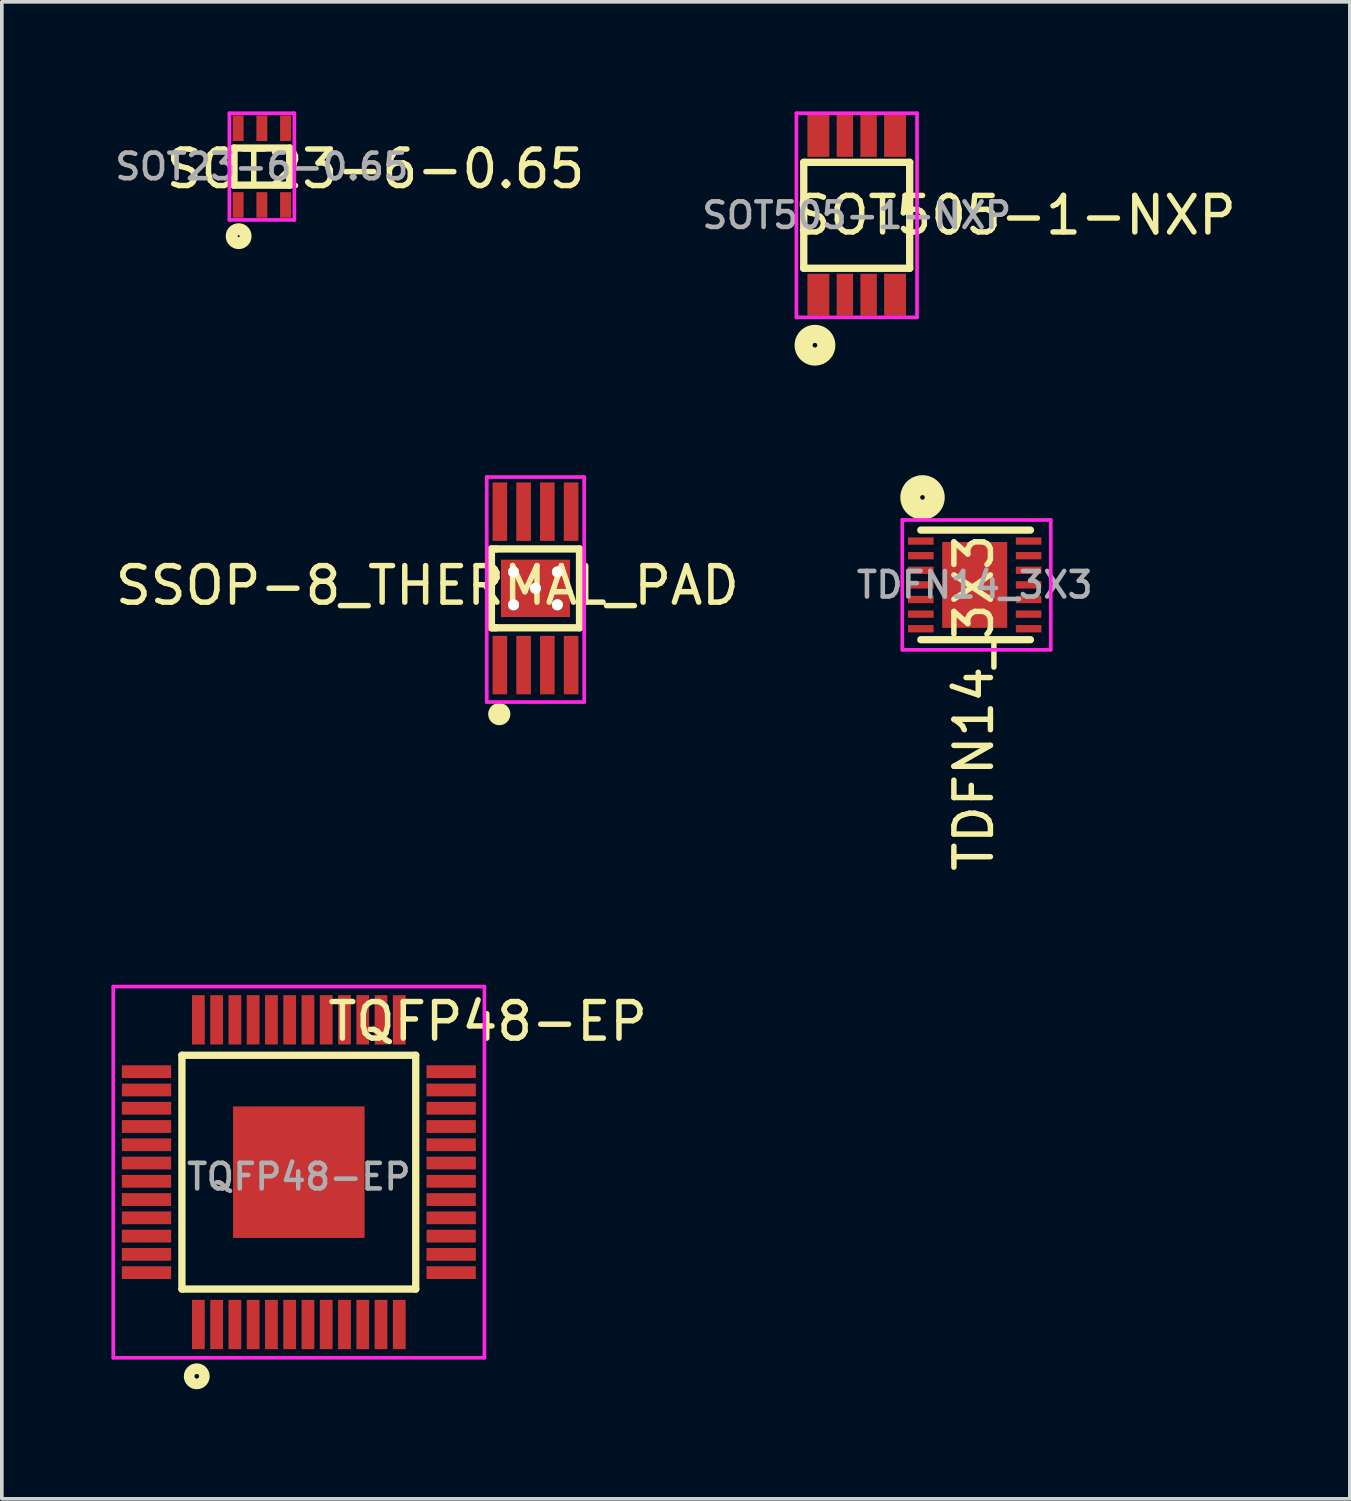
<source format=kicad_pcb>
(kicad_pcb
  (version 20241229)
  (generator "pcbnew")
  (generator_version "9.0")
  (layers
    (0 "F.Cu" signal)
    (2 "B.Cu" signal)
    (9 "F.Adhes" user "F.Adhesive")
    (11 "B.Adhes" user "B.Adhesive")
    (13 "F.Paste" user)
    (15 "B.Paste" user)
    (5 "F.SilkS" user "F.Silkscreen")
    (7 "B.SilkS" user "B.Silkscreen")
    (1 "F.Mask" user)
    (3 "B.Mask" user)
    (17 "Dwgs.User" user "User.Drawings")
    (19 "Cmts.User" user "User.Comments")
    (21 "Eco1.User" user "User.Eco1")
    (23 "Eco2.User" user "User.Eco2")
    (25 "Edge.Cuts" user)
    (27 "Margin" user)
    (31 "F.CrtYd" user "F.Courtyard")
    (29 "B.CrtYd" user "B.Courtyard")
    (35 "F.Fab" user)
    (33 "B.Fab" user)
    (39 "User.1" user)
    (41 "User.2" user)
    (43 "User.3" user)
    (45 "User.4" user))
  (footprint "SOT23-6-0.65"
    (layer "F.Cu")
    (at 4.118 1.51)
    (property "Reference" "SOT23-6-0.65" (at 3.111 0.064 0) (layer "F.SilkS") (effects (font (size 1 1) (thickness 0.15))))
    (attr through_hole)
    (fp_line (start -0.762 -0.508) (end 0.762 -0.508) (stroke (width 0.2) (type solid)) (layer "F.SilkS"))
    (fp_line (start -0.762 0.508) (end -0.762 -0.508) (stroke (width 0.2) (type solid)) (layer "F.SilkS"))
    (fp_line (start 0.762 -0.508) (end 0.762 0.508) (stroke (width 0.2) (type solid)) (layer "F.SilkS"))
    (fp_line (start 0.762 0.508) (end -0.762 0.508) (stroke (width 0.2) (type solid)) (layer "F.SilkS"))
    (fp_circle (center -0.635 1.905) (end -0.572 1.905) (stroke (width 0.2) (type solid)) (fill no) (layer "F.SilkS"))
    (fp_circle (center -0.635 1.905) (end -0.508 1.905) (stroke (width 0.2) (type solid)) (fill no) (layer "F.SilkS"))
    (fp_circle (center -0.635 1.905) (end -0.381 1.905) (stroke (width 0.2) (type solid)) (fill no) (layer "F.SilkS"))
    (fp_line (start -0.889 -1.46) (end 0.889 -1.46) (stroke (width 0.1) (type solid)) (layer "F.CrtYd"))
    (fp_line (start -0.889 1.46) (end -0.889 -1.46) (stroke (width 0.1) (type solid)) (layer "F.CrtYd"))
    (fp_line (start 0.889 -1.46) (end 0.889 1.46) (stroke (width 0.1) (type solid)) (layer "F.CrtYd"))
    (fp_line (start 0.889 1.46) (end -0.889 1.46) (stroke (width 0.1) (type solid)) (layer "F.CrtYd"))
    (fp_text user "${REFERENCE}" (at 0 0 0) (layer "F.Fab") (effects (font (size 0.7 0.7) (thickness 0.125))))
    (pad "1" smd rect (at -0.65 1.05) (size 0.3 0.7) (layers "F.Cu" "F.Mask" "F.Paste"))
    (pad "2" smd rect (at 0 1.05) (size 0.3 0.7) (layers "F.Cu" "F.Mask" "F.Paste"))
    (pad "3" smd rect (at 0.65 1.05) (size 0.3 0.7) (layers "F.Cu" "F.Mask" "F.Paste"))
    (pad "4" smd rect (at 0.65 -1.05) (size 0.3 0.7) (layers "F.Cu" "F.Mask" "F.Paste"))
    (pad "5" smd rect (at 0 -1.05) (size 0.3 0.7) (layers "F.Cu" "F.Mask" "F.Paste"))
    (pad "6" smd rect (at -0.65 -1.05) (size 0.3 0.7) (layers "F.Cu" "F.Mask" "F.Paste")))
  (footprint "TDFN14_3X3"
    (layer "F.Cu")
    (at 23.632 12.961)
    (property "Reference" "TDFN14_3X3" (at -0.025 3.226 90) (layer "F.SilkS") (effects (font (size 1 1) (thickness 0.15))))
    (attr through_hole)
    (fp_line (start -1.475 1.5) (end 1.525 1.5) (stroke (width 0.2) (type solid)) (layer "F.SilkS"))
    (fp_line (start 1.525 -1.5) (end -1.475 -1.5) (stroke (width 0.2) (type solid)) (layer "F.SilkS"))
    (fp_circle (center -1.429 -2.395) (end -1.366 -2.395) (stroke (width 0.2) (type solid)) (fill no) (layer "F.SilkS"))
    (fp_circle (center -1.429 -2.395) (end -1.175 -2.395) (stroke (width 0.2) (type solid)) (fill no) (layer "F.SilkS"))
    (fp_circle (center -1.429 -2.395) (end -1.048 -2.332) (stroke (width 0.2) (type solid)) (fill no) (layer "F.SilkS"))
    (fp_circle (center -1.429 -2.395) (end -0.921 -2.395) (stroke (width 0.2) (type solid)) (fill no) (layer "F.SilkS"))
    (fp_line (start -1.983 -1.778) (end -1.983 1.778) (stroke (width 0.1) (type solid)) (layer "F.CrtYd"))
    (fp_line (start -1.983 1.778) (end 2.081 1.778) (stroke (width 0.1) (type solid)) (layer "F.CrtYd"))
    (fp_line (start 2.081 -1.778) (end -1.983 -1.778) (stroke (width 0.1) (type solid)) (layer "F.CrtYd"))
    (fp_line (start 2.081 1.778) (end 2.081 -1.778) (stroke (width 0.1) (type solid)) (layer "F.CrtYd"))
    (fp_text user "${REFERENCE}" (at 0 0 0) (layer "F.Fab") (effects (font (size 0.7 0.7) (thickness 0.125))))
    (pad "1" smd rect (at -1.475 -1.2) (size 0.7 0.2) (layers "F.Cu" "F.Mask" "F.Paste"))
    (pad "2" smd rect (at -1.475 -0.8) (size 0.7 0.2) (layers "F.Cu" "F.Mask" "F.Paste"))
    (pad "3" smd rect (at -1.475 -0.4) (size 0.7 0.2) (layers "F.Cu" "F.Mask" "F.Paste"))
    (pad "4" smd rect (at -1.475 0) (size 0.7 0.2) (layers "F.Cu" "F.Mask" "F.Paste"))
    (pad "5" smd rect (at -1.475 0.4) (size 0.7 0.2) (layers "F.Cu" "F.Mask" "F.Paste"))
    (pad "6" smd rect (at -1.475 0.8) (size 0.7 0.2) (layers "F.Cu" "F.Mask" "F.Paste"))
    (pad "7" smd rect (at -1.475 1.2) (size 0.7 0.2) (layers "F.Cu" "F.Mask" "F.Paste"))
    (pad "8" smd rect (at 1.475 1.2) (size 0.7 0.2) (layers "F.Cu" "F.Mask" "F.Paste"))
    (pad "9" smd rect (at 1.475 0.8) (size 0.7 0.2) (layers "F.Cu" "F.Mask" "F.Paste"))
    (pad "10" smd rect (at 1.475 0.4) (size 0.7 0.2) (layers "F.Cu" "F.Mask" "F.Paste"))
    (pad "11" smd rect (at 1.475 0) (size 0.7 0.2) (layers "F.Cu" "F.Mask" "F.Paste"))
    (pad "12" smd rect (at 1.475 -0.4) (size 0.7 0.2) (layers "F.Cu" "F.Mask" "F.Paste"))
    (pad "13" smd rect (at 1.475 -0.8) (size 0.7 0.2) (layers "F.Cu" "F.Mask" "F.Paste"))
    (pad "14" smd rect (at 1.475 -1.2) (size 0.7 0.2) (layers "F.Cu" "F.Mask" "F.Paste"))
    (pad "EP" smd rect (at 0 0) (size 1.78 2.35) (layers "F.Cu" "F.Mask" "F.Paste")))
  (footprint "SSOP-8_THERMAL_PAD"
    (layer "F.Cu")
    (at 11.608 13.056)
    (property "Reference" "SSOP-8_THERMAL_PAD" (at -2.959 -0.078 180) (layer "F.SilkS") (effects (font (size 1 1) (thickness 0.15))))
    (attr through_hole)
    (fp_line (start -1.206 -1.079) (end -1.079 -1.079) (stroke (width 0.2) (type solid)) (layer "F.SilkS"))
    (fp_line (start -1.206 1.079) (end -1.206 -1.079) (stroke (width 0.2) (type solid)) (layer "F.SilkS"))
    (fp_line (start -1.143 1.079) (end -1.206 1.079) (stroke (width 0.2) (type solid)) (layer "F.SilkS"))
    (fp_line (start -1.079 -1.079) (end 1.206 -1.079) (stroke (width 0.2) (type solid)) (layer "F.SilkS"))
    (fp_line (start -1.079 1.079) (end -1.143 1.079) (stroke (width 0.2) (type solid)) (layer "F.SilkS"))
    (fp_line (start -0.991 3.442) (end -0.927 3.442) (stroke (width 0.1) (type solid)) (layer "F.SilkS"))
    (fp_line (start 1.206 -1.079) (end 1.206 1.079) (stroke (width 0.2) (type solid)) (layer "F.SilkS"))
    (fp_line (start 1.206 1.079) (end -1.079 1.079) (stroke (width 0.2) (type solid)) (layer "F.SilkS"))
    (fp_circle (center -0.991 3.442) (end -0.927 3.442) (stroke (width 0.1) (type solid)) (fill no) (layer "F.SilkS"))
    (fp_circle (center -0.991 3.442) (end -0.864 3.442) (stroke (width 0.1) (type solid)) (fill no) (layer "F.SilkS"))
    (fp_circle (center -0.991 3.442) (end -0.8 3.442) (stroke (width 0.1) (type solid)) (fill no) (layer "F.SilkS"))
    (fp_circle (center -0.991 3.442) (end -0.737 3.442) (stroke (width 0.1) (type solid)) (fill no) (layer "F.SilkS"))
    (fp_line (start -1.333 -3.048) (end 1.333 -3.048) (stroke (width 0.1) (type solid)) (layer "F.CrtYd"))
    (fp_line (start -1.333 3.111) (end -1.333 -3.048) (stroke (width 0.1) (type solid)) (layer "F.CrtYd"))
    (fp_line (start 1.333 -3.048) (end 1.333 3.111) (stroke (width 0.1) (type solid)) (layer "F.CrtYd"))
    (fp_line (start 1.333 3.111) (end -1.333 3.111) (stroke (width 0.1) (type solid)) (layer "F.CrtYd"))
    (pad "1" smd rect (at -0.975 2.1) (size 0.4 1.6) (layers "F.Cu" "F.Mask" "F.Paste"))
    (pad "2" smd rect (at -0.325 2.1) (size 0.4 1.6) (layers "F.Cu" "F.Mask" "F.Paste"))
    (pad "3" smd rect (at 0.325 2.1) (size 0.4 1.6) (layers "F.Cu" "F.Mask" "F.Paste"))
    (pad "4" thru_hole circle (at -0.6 -0.45) (size 0.3 0.3) (drill 0.3) (layers "*.Cu" "*.Mask" "F.SilkS"))
    (pad "4" thru_hole circle (at -0.6 0.45) (size 0.3 0.3) (drill 0.3) (layers "*.Cu" "*.Mask" "F.SilkS"))
    (pad "4" thru_hole circle (at 0 0) (size 0.3 0.3) (drill 0.3) (layers "*.Cu" "*.Mask" "F.SilkS"))
    (pad "4" smd rect (at 0 0) (size 1.89 1.57) (layers "F.Cu" "F.Mask" "F.Paste"))
    (pad "4" thru_hole circle (at 0.6 -0.45) (size 0.3 0.3) (drill 0.3) (layers "*.Cu" "*.Mask" "F.SilkS"))
    (pad "4" thru_hole circle (at 0.6 0.45) (size 0.3 0.3) (drill 0.3) (layers "*.Cu" "*.Mask" "F.SilkS"))
    (pad "4" smd rect (at 0.975 2.1) (size 0.4 1.6) (layers "F.Cu" "F.Mask" "F.Paste"))
    (pad "5" smd rect (at 0.975 -2.1) (size 0.4 1.6) (layers "F.Cu" "F.Mask" "F.Paste"))
    (pad "6" smd rect (at 0.325 -2.1) (size 0.4 1.6) (layers "F.Cu" "F.Mask" "F.Paste"))
    (pad "7" smd rect (at -0.325 -2.1) (size 0.4 1.6) (layers "F.Cu" "F.Mask" "F.Paste"))
    (pad "8" smd rect (at -0.975 -2.1) (size 0.4 1.6) (layers "F.Cu" "F.Mask" "F.Paste")))
  (footprint "SOT505-1-NXP"
    (layer "F.Cu")
    (at 20.402 2.844)
    (property "Reference" "SOT505-1-NXP" (at 4.35 0 0) (layer "F.SilkS") (effects (font (size 1 1) (thickness 0.15))))
    (attr through_hole)
    (fp_line (start -1.45 -1.45) (end -1.45 1.45) (stroke (width 0.2) (type solid)) (layer "F.SilkS"))
    (fp_line (start -1.45 1.45) (end 1.45 1.45) (stroke (width 0.2) (type solid)) (layer "F.SilkS"))
    (fp_line (start 1.45 -1.45) (end -1.45 -1.45) (stroke (width 0.2) (type solid)) (layer "F.SilkS"))
    (fp_line (start 1.45 1.45) (end 1.45 -1.45) (stroke (width 0.2) (type solid)) (layer "F.SilkS"))
    (fp_circle (center -1.143 3.556) (end -1.079 3.556) (stroke (width 0.2) (type solid)) (fill no) (layer "F.SilkS"))
    (fp_circle (center -1.143 3.556) (end -0.889 3.556) (stroke (width 0.2) (type solid)) (fill no) (layer "F.SilkS"))
    (fp_circle (center -1.143 3.556) (end -0.762 3.683) (stroke (width 0.2) (type solid)) (fill no) (layer "F.SilkS"))
    (fp_circle (center -1.143 3.556) (end -0.635 3.556) (stroke (width 0.1) (type solid)) (fill no) (layer "F.SilkS"))
    (fp_line (start -1.651 -2.794) (end -1.651 2.794) (stroke (width 0.1) (type solid)) (layer "F.CrtYd"))
    (fp_line (start -1.651 2.794) (end 1.651 2.794) (stroke (width 0.1) (type solid)) (layer "F.CrtYd"))
    (fp_line (start 1.651 -2.794) (end -1.651 -2.794) (stroke (width 0.1) (type solid)) (layer "F.CrtYd"))
    (fp_line (start 1.651 2.794) (end 1.651 -2.794) (stroke (width 0.1) (type solid)) (layer "F.CrtYd"))
    (fp_text user "${REFERENCE}" (at 0 0 0) (layer "F.Fab") (effects (font (size 0.7 0.7) (thickness 0.125))))
    (pad "1" smd rect (at -1.05 2.175) (size 0.6 1.15) (layers "F.Cu" "F.Mask" "F.Paste"))
    (pad "2" smd rect (at -0.325 2.175) (size 0.45 1.15) (layers "F.Cu" "F.Mask" "F.Paste"))
    (pad "3" smd rect (at 0.325 2.175) (size 0.45 1.15) (layers "F.Cu" "F.Mask" "F.Paste"))
    (pad "4" smd rect (at 1.05 2.175) (size 0.6 1.15) (layers "F.Cu" "F.Mask" "F.Paste"))
    (pad "5" smd rect (at 1.05 -2.175) (size 0.6 1.15) (layers "F.Cu" "F.Mask" "F.Paste"))
    (pad "6" smd rect (at 0.325 -2.175) (size 0.45 1.15) (layers "F.Cu" "F.Mask" "F.Paste"))
    (pad "7" smd rect (at -0.325 -2.175) (size 0.45 1.15) (layers "F.Cu" "F.Mask" "F.Paste"))
    (pad "8" smd rect (at -1.05 -2.175) (size 0.6 1.15) (layers "F.Cu" "F.Mask" "F.Paste")))
  (footprint "TQFP48-EP"
    (layer "F.Cu")
    (at 5.13 29.037)
    (property "Reference" "TQFP48-EP" (at 5.169 -4.125 0) (layer "F.SilkS") (effects (font (size 1 1) (thickness 0.15))))
    (attr through_hole)
    (fp_line (start -3.2 -3.2) (end -3.2 3.2) (stroke (width 0.2) (type solid)) (layer "F.SilkS"))
    (fp_line (start -3.2 3.2) (end 3.2 3.2) (stroke (width 0.2) (type solid)) (layer "F.SilkS"))
    (fp_line (start 3.2 -3.2) (end -3.2 -3.2) (stroke (width 0.2) (type solid)) (layer "F.SilkS"))
    (fp_line (start 3.2 3.2) (end 3.2 -3.2) (stroke (width 0.2) (type solid)) (layer "F.SilkS"))
    (fp_circle (center -2.794 5.588) (end -2.731 5.588) (stroke (width 0.2) (type solid)) (fill no) (layer "F.SilkS"))
    (fp_circle (center -2.794 5.588) (end -2.54 5.588) (stroke (width 0.2) (type solid)) (fill no) (layer "F.SilkS"))
    (fp_line (start -5.08 -5.08) (end 5.08 -5.08) (stroke (width 0.1) (type solid)) (layer "F.CrtYd"))
    (fp_line (start -5.08 5.08) (end -5.08 -5.08) (stroke (width 0.1) (type solid)) (layer "F.CrtYd"))
    (fp_line (start 5.08 -5.08) (end 5.08 5.08) (stroke (width 0.1) (type solid)) (layer "F.CrtYd"))
    (fp_line (start 5.08 5.08) (end -5.08 5.08) (stroke (width 0.1) (type solid)) (layer "F.CrtYd"))
    (fp_text user "${REFERENCE}" (at 0 0.127 0) (layer "F.Fab") (effects (font (size 0.7 0.7) (thickness 0.125))))
    (pad "1" smd rect (at -2.75 4.17) (size 0.35 1.35) (layers "F.Cu" "F.Mask" "F.Paste"))
    (pad "2" smd rect (at -2.25 4.17) (size 0.35 1.35) (layers "F.Cu" "F.Mask" "F.Paste"))
    (pad "3" smd rect (at -1.75 4.17) (size 0.35 1.35) (layers "F.Cu" "F.Mask" "F.Paste"))
    (pad "4" smd rect (at -1.25 4.17) (size 0.35 1.35) (layers "F.Cu" "F.Mask" "F.Paste"))
    (pad "5" smd rect (at -0.75 4.17) (size 0.35 1.35) (layers "F.Cu" "F.Mask" "F.Paste"))
    (pad "6" smd rect (at -0.25 4.17) (size 0.35 1.35) (layers "F.Cu" "F.Mask" "F.Paste"))
    (pad "7" smd rect (at 0.25 4.17) (size 0.35 1.35) (layers "F.Cu" "F.Mask" "F.Paste"))
    (pad "8" smd rect (at 0.75 4.17) (size 0.35 1.35) (layers "F.Cu" "F.Mask" "F.Paste"))
    (pad "9" smd rect (at 1.25 4.17) (size 0.35 1.35) (layers "F.Cu" "F.Mask" "F.Paste"))
    (pad "10" smd rect (at 1.75 4.17) (size 0.35 1.35) (layers "F.Cu" "F.Mask" "F.Paste"))
    (pad "11" smd rect (at 2.25 4.17) (size 0.35 1.35) (layers "F.Cu" "F.Mask" "F.Paste"))
    (pad "12" smd rect (at 2.75 4.17) (size 0.35 1.35) (layers "F.Cu" "F.Mask" "F.Paste"))
    (pad "13" smd rect (at 4.17 2.75) (size 1.35 0.35) (layers "F.Cu" "F.Mask" "F.Paste"))
    (pad "14" smd rect (at 4.17 2.25) (size 1.35 0.35) (layers "F.Cu" "F.Mask" "F.Paste"))
    (pad "15" smd rect (at 4.17 1.75) (size 1.35 0.35) (layers "F.Cu" "F.Mask" "F.Paste"))
    (pad "16" smd rect (at 4.17 1.25) (size 1.35 0.35) (layers "F.Cu" "F.Mask" "F.Paste"))
    (pad "17" smd rect (at 4.17 0.75) (size 1.35 0.35) (layers "F.Cu" "F.Mask" "F.Paste"))
    (pad "18" smd rect (at 4.17 0.25) (size 1.35 0.35) (layers "F.Cu" "F.Mask" "F.Paste"))
    (pad "19" smd rect (at 4.17 -0.25) (size 1.35 0.35) (layers "F.Cu" "F.Mask" "F.Paste"))
    (pad "20" smd rect (at 4.17 -0.75) (size 1.35 0.35) (layers "F.Cu" "F.Mask" "F.Paste"))
    (pad "21" smd rect (at 4.17 -1.25) (size 1.35 0.35) (layers "F.Cu" "F.Mask" "F.Paste"))
    (pad "22" smd rect (at 4.17 -1.75) (size 1.35 0.35) (layers "F.Cu" "F.Mask" "F.Paste"))
    (pad "23" smd rect (at 4.17 -2.25) (size 1.35 0.35) (layers "F.Cu" "F.Mask" "F.Paste"))
    (pad "24" smd rect (at 4.17 -2.75) (size 1.35 0.35) (layers "F.Cu" "F.Mask" "F.Paste"))
    (pad "25" smd rect (at 2.75 -4.17) (size 0.35 1.35) (layers "F.Cu" "F.Mask" "F.Paste"))
    (pad "26" smd rect (at 2.25 -4.17) (size 0.35 1.35) (layers "F.Cu" "F.Mask" "F.Paste"))
    (pad "27" smd rect (at 1.75 -4.17) (size 0.35 1.35) (layers "F.Cu" "F.Mask" "F.Paste"))
    (pad "28" smd rect (at 1.25 -4.17) (size 0.35 1.35) (layers "F.Cu" "F.Mask" "F.Paste"))
    (pad "29" smd rect (at 0 0) (size 3.6 3.6) (layers "F.Cu" "F.Mask" "F.Paste"))
    (pad "29" smd rect (at 0.75 -4.17) (size 0.35 1.35) (layers "F.Cu" "F.Mask" "F.Paste"))
    (pad "30" smd rect (at 0.25 -4.17) (size 0.35 1.35) (layers "F.Cu" "F.Mask" "F.Paste"))
    (pad "31" smd rect (at -0.25 -4.17) (size 0.35 1.35) (layers "F.Cu" "F.Mask" "F.Paste"))
    (pad "32" smd rect (at -0.75 -4.17) (size 0.35 1.35) (layers "F.Cu" "F.Mask" "F.Paste"))
    (pad "33" smd rect (at -1.25 -4.17) (size 0.35 1.35) (layers "F.Cu" "F.Mask" "F.Paste"))
    (pad "34" smd rect (at -1.75 -4.17) (size 0.35 1.35) (layers "F.Cu" "F.Mask" "F.Paste"))
    (pad "35" smd rect (at -2.25 -4.17) (size 0.35 1.35) (layers "F.Cu" "F.Mask" "F.Paste"))
    (pad "36" smd rect (at -2.75 -4.17) (size 0.35 1.35) (layers "F.Cu" "F.Mask" "F.Paste"))
    (pad "37" smd rect (at -4.17 -2.75) (size 1.35 0.35) (layers "F.Cu" "F.Mask" "F.Paste"))
    (pad "38" smd rect (at -4.17 -2.25) (size 1.35 0.35) (layers "F.Cu" "F.Mask" "F.Paste"))
    (pad "39" smd rect (at -4.17 -1.75) (size 1.35 0.35) (layers "F.Cu" "F.Mask" "F.Paste"))
    (pad "40" smd rect (at -4.17 -1.25) (size 1.35 0.35) (layers "F.Cu" "F.Mask" "F.Paste"))
    (pad "41" smd rect (at -4.17 -0.75) (size 1.35 0.35) (layers "F.Cu" "F.Mask" "F.Paste"))
    (pad "42" smd rect (at -4.17 -0.25) (size 1.35 0.35) (layers "F.Cu" "F.Mask" "F.Paste"))
    (pad "43" smd rect (at -4.17 0.25) (size 1.35 0.35) (layers "F.Cu" "F.Mask" "F.Paste"))
    (pad "44" smd rect (at -4.17 0.75) (size 1.35 0.35) (layers "F.Cu" "F.Mask" "F.Paste"))
    (pad "45" smd rect (at -4.17 1.25) (size 1.35 0.35) (layers "F.Cu" "F.Mask" "F.Paste"))
    (pad "46" smd rect (at -4.17 1.75) (size 1.35 0.35) (layers "F.Cu" "F.Mask" "F.Paste"))
    (pad "47" smd rect (at -4.17 2.25) (size 1.35 0.35) (layers "F.Cu" "F.Mask" "F.Paste"))
    (pad "48" smd rect (at -4.17 2.75) (size 1.35 0.35) (layers "F.Cu" "F.Mask" "F.Paste")))
  (gr_rect
    (start -3 -3)
    (end 33.901 37.979)
    (stroke (width 0.1) (type default))
    (fill no)
    (layer "Edge.Cuts")))
</source>
